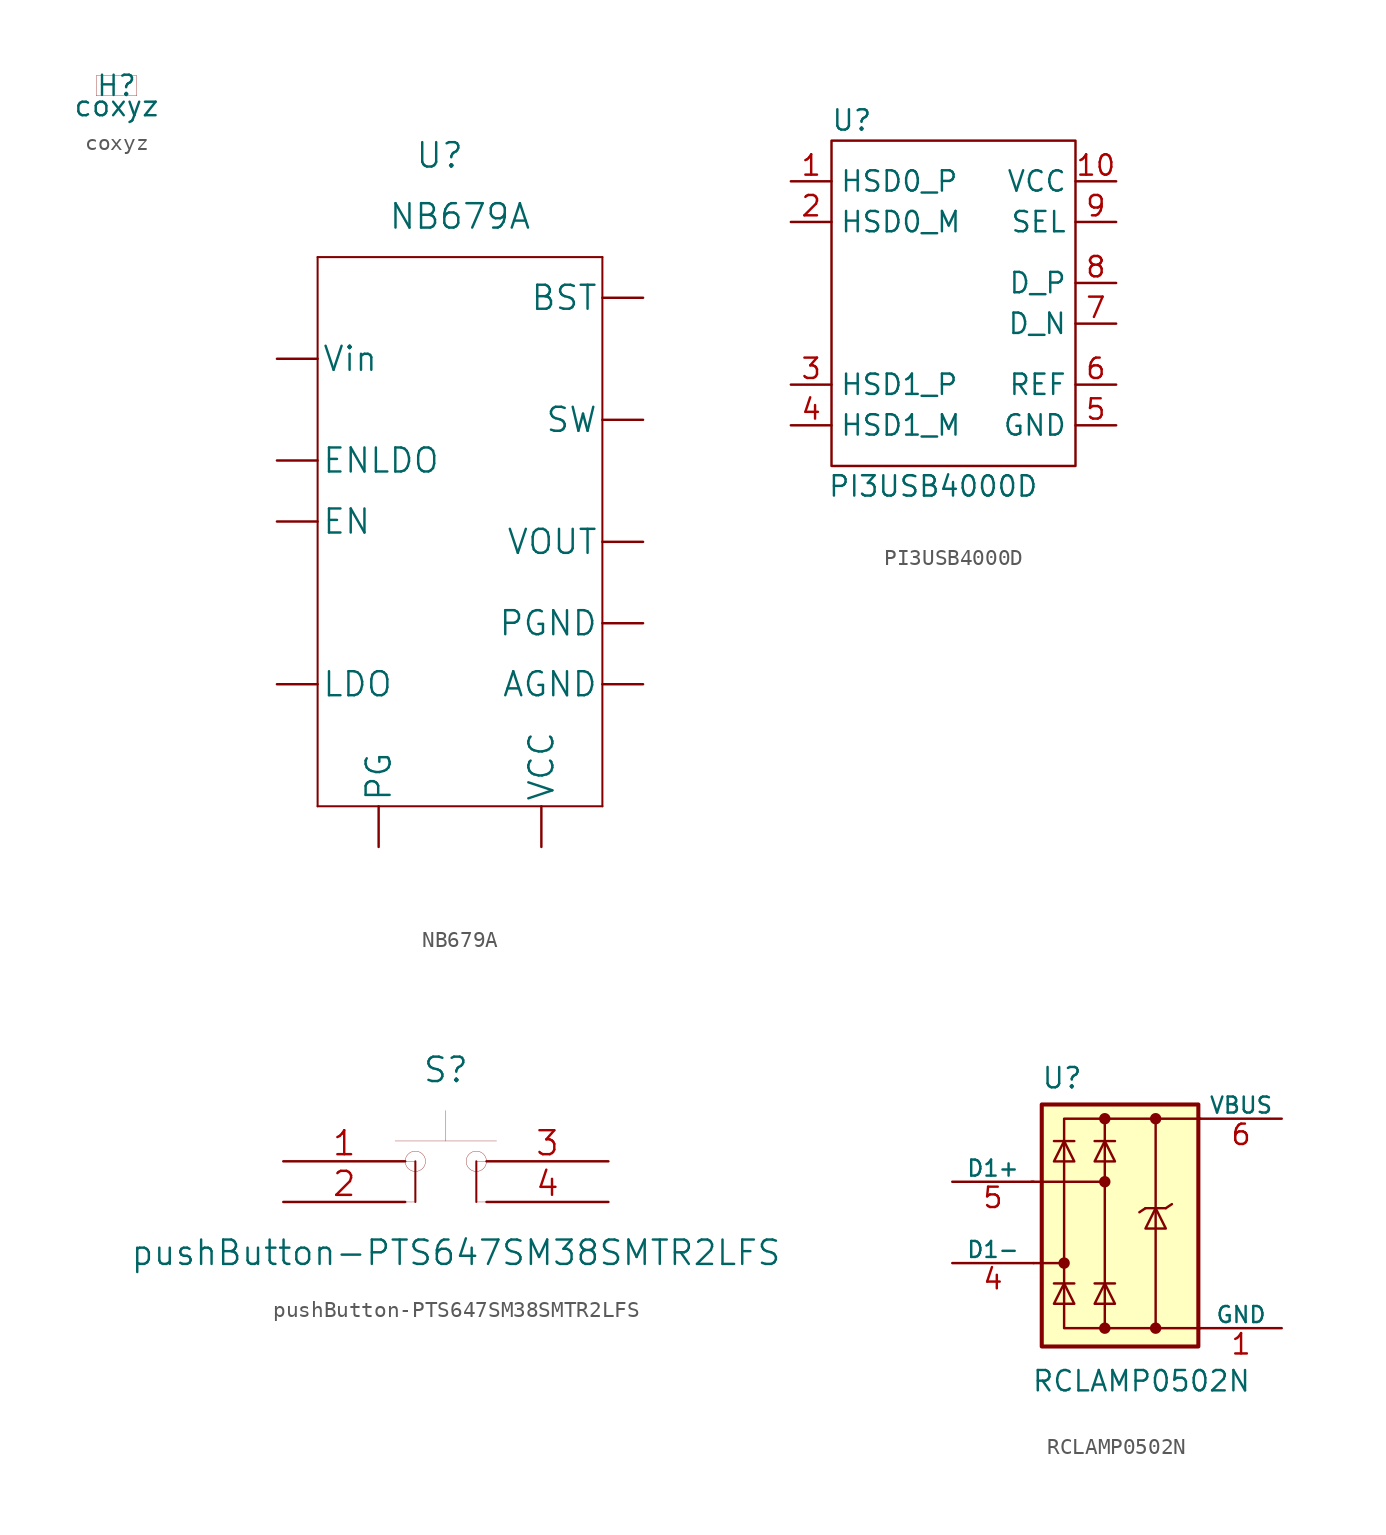
<source format=kicad_sym>
(kicad_symbol_lib
  (version 20220914)
  (generator kicad_symbol_editor)
  (symbol "coxyz"
    (pin_numbers hide)
    (pin_names
      (offset 0) hide)
    (property "Reference" "H"
      (at 0 0 0)
      (effects (font (size 1.27 1.27))))
    (property "Value" "coxyz"
      (at 0 -1.27 0)
      (effects (font (size 1.27 1.27))))
    (symbol "coxyz_0_1"
      (rectangle (start 1.27 -0.635) (end -1.27 0.635) (stroke (width 0.001) (type default)) (fill (type none)))))
  (symbol "NB679A"
    (pin_numbers hide)
    (pin_names
      (offset 0.254))
    (property "Reference" "U"
      (at 15.24 13.97 0)
      (effects (font (size 1.524 1.524))))
    (property "Value" "NB679A"
      (at 16.51 10.16 0)
      (effects (font (size 1.524 1.524))))
    (symbol "NB679A_1_1"
      (polyline (pts (xy 7.62 -26.67) (xy 25.4 -26.67)) (stroke (width 0.127) (type default)) (fill (type none)))
      (polyline (pts (xy 7.62 7.62) (xy 7.62 -26.67)) (stroke (width 0.127) (type default)) (fill (type none)))
      (polyline (pts (xy 25.4 -26.67) (xy 25.4 7.62)) (stroke (width 0.127) (type default)) (fill (type none)))
      (polyline (pts (xy 25.4 7.62) (xy 7.62 7.62)) (stroke (width 0.127) (type default)) (fill (type none)))
      (pin power_in line (at 5.08 1.27 0) (length 2.54) (name "Vin" (effects (font (size 1.499 1.499)))) (number "1" (effects (font (size 1.499 1.499)))))
      (pin power_in line (at 27.94 -19.05 180) (length 2.54) (name "AGND" (effects (font (size 1.499 1.499)))) (number "10" (effects (font (size 1.499 1.499)))))
      (pin input line (at 5.08 -8.89 0) (length 2.54) (name "EN" (effects (font (size 1.499 1.499)))) (number "11" (effects (font (size 1.499 1.499)))))
      (pin input line (at 5.08 -5.08 0) (length 2.54) (name "ENLDO" (effects (font (size 1.499 1.499)))) (number "12" (effects (font (size 1.499 1.499)))))
      (pin power_in line (at 27.94 -15.24 180) (length 2.54) (name "PGND" (effects (font (size 1.499 1.499)))) (number "2" (effects (font (size 1.499 1.499)))))
      (pin passive line (at 11.43 -29.21 90) (length 2.54) (name "PG" (effects (font (size 1.499 1.499)))) (number "3" (effects (font (size 1.499 1.499)))))
      (pin no_connect line (at 5.08 -15.24 0) (length 2.54) hide (name "NC" (effects (font (size 1.499 1.499)))) (number "4" (effects (font (size 1.499 1.499)))))
      (pin input line (at 27.94 -10.16 180) (length 2.54) (name "VOUT" (effects (font (size 1.499 1.499)))) (number "5" (effects (font (size 1.499 1.499)))))
      (pin passive line (at 5.08 -19.05 0) (length 2.54) (name "LDO" (effects (font (size 1.499 1.499)))) (number "6" (effects (font (size 1.499 1.499)))))
      (pin passive line (at 27.94 -2.54 180) (length 2.54) (name "SW" (effects (font (size 1.499 1.499)))) (number "7" (effects (font (size 1.499 1.499)))))
      (pin passive line (at 27.94 5.08 180) (length 2.54) (name "BST" (effects (font (size 1.499 1.499)))) (number "8" (effects (font (size 1.499 1.499)))))
      (pin power_in line (at 21.59 -29.21 90) (length 2.54) (name "VCC" (effects (font (size 1.499 1.499)))) (number "9" (effects (font (size 1.499 1.499)))))))
  (symbol "PI3USB4000D"
    (property "Reference" "U"
      (at -7.62 20.32 0)
      (effects (font (size 1.27 1.27))))
    (property "Value" "PI3USB4000D"
      (at -2.54 -2.54 0)
      (effects (font (size 1.27 1.27))))
    (symbol "PI3USB4000D_0_0"
      (pin bidirectional line (at -11.43 16.51 0) (length 2.54) (name "HSD0_P" (effects (font (size 1.27 1.27)))) (number "1" (effects (font (size 1.27 1.27)))))
      (pin power_in line (at 8.89 16.51 180) (length 2.54) (name "VCC" (effects (font (size 1.27 1.27)))) (number "10" (effects (font (size 1.27 1.27)))))
      (pin bidirectional line (at -11.43 13.97 0) (length 2.54) (name "HSD0_M" (effects (font (size 1.27 1.27)))) (number "2" (effects (font (size 1.27 1.27)))))
      (pin bidirectional line (at -11.43 3.81 0) (length 2.54) (name "HSD1_P" (effects (font (size 1.27 1.27)))) (number "3" (effects (font (size 1.27 1.27)))))
      (pin bidirectional line (at -11.43 1.27 0) (length 2.54) (name "HSD1_M" (effects (font (size 1.27 1.27)))) (number "4" (effects (font (size 1.27 1.27)))))
      (pin power_in line (at 8.89 1.27 180) (length 2.54) (name "GND" (effects (font (size 1.27 1.27)))) (number "5" (effects (font (size 1.27 1.27)))))
      (pin input line (at 8.89 3.81 180) (length 2.54) (name "REF" (effects (font (size 1.27 1.27)))) (number "6" (effects (font (size 1.27 1.27)))))
      (pin bidirectional line (at 8.89 7.62 180) (length 2.54) (name "D_N" (effects (font (size 1.27 1.27)))) (number "7" (effects (font (size 1.27 1.27)))))
      (pin bidirectional line (at 8.89 10.16 180) (length 2.54) (name "D_P" (effects (font (size 1.27 1.27)))) (number "8" (effects (font (size 1.27 1.27)))))
      (pin input line (at 8.89 13.97 180) (length 2.54) (name "SEL" (effects (font (size 1.27 1.27)))) (number "9" (effects (font (size 1.27 1.27))))))
    (symbol "PI3USB4000D_0_1"
      (rectangle (start -8.89 19.05) (end 6.35 -1.27) (stroke (width 0) (type default)) (fill (type none)))))
  (symbol "pushButton-PTS647SM38SMTR2LFS"
    (pin_names
      (offset 0.02) hide)
    (property "Reference" "S"
      (at 0 5.715 0)
      (effects (font (size 1.524 1.524))))
    (property "Value" "pushButton-PTS647SM38SMTR2LFS"
      (at 0.635 -5.715 0)
      (effects (font (size 1.524 1.524))))
    (symbol "pushButton-PTS647SM38SMTR2LFS_0_1"
      (circle (center -1.905 0) (radius 0.635) (stroke (width 0.001) (type default)) (fill (type none)))
      (polyline (pts (xy -3.175 1.27) (xy 3.175 1.27)) (stroke (width 0.001) (type default)) (fill (type none)))
      (polyline (pts (xy -1.905 -2.54) (xy -2.54 -2.54)) (stroke (width 0.001) (type default)) (fill (type none)))
      (polyline (pts (xy -1.905 0) (xy -2.54 0)) (stroke (width 0.001) (type default)) (fill (type none)))
      (polyline (pts (xy 1.905 -2.54) (xy 2.54 -2.54)) (stroke (width 0.001) (type default)) (fill (type none)))
      (polyline (pts (xy 1.905 0) (xy 2.54 0)) (stroke (width 0.001) (type default)) (fill (type none)))
      (polyline (pts (xy 0 1.27) (xy 0 3.175) (xy 0 3.175)) (stroke (width 0.001) (type default)) (fill (type none)))
      (circle (center 1.905 0) (radius 0.635) (stroke (width 0.001) (type default)) (fill (type none))))
    (symbol "pushButton-PTS647SM38SMTR2LFS_1_1"
      (polyline (pts (xy -1.905 0) (xy -1.905 -2.54)) (stroke (width 0.127) (type default)) (fill (type none)))
      (polyline (pts (xy 1.905 -2.54) (xy 1.905 0)) (stroke (width 0.127) (type default)) (fill (type none)))
      (pin passive line (at -10.16 0 0) (length 7.62) (name "1" (effects (font (size 1.499 1.499)))) (number "1" (effects (font (size 1.499 1.499)))))
      (pin passive line (at -10.16 -2.54 0) (length 7.62) (name "2" (effects (font (size 1.499 1.499)))) (number "2" (effects (font (size 1.499 1.499)))))
      (pin passive line (at 10.16 0 180) (length 7.62) (name "3" (effects (font (size 1.499 1.499)))) (number "3" (effects (font (size 1.499 1.499)))))
      (pin passive line (at 10.16 -2.54 180) (length 7.62) (name "4" (effects (font (size 1.499 1.499)))) (number "4" (effects (font (size 1.499 1.499)))))))
  (symbol "RCLAMP0502N"
    (pin_names
      (offset 0))
    (property "Reference" "U"
      (at -5.842 9.017 0)
      (effects (font (size 1.27 1.27))))
    (property "Value" "RCLAMP0502N"
      (at -0.889 -9.906 0)
      (effects (font (size 1.27 1.27))))
    (symbol "RCLAMP0502N_0_0"
      (rectangle (start -5.715 6.477) (end 0 -6.604) (stroke (width 0) (type default)) (fill (type none)))
      (polyline (pts (xy -3.175 -6.604) (xy -3.175 6.477)) (stroke (width 0) (type default)) (fill (type none))))
    (symbol "RCLAMP0502N_0_1"
      (rectangle (start -7.112 7.366) (end 2.667 -7.747) (stroke (width 0.254) (type default)) (fill (type background)))
      (circle (center -5.715 -2.54) (radius 0.279) (stroke (width 0) (type default)) (fill (type outline)))
      (circle (center -3.175 -6.604) (radius 0.279) (stroke (width 0) (type default)) (fill (type outline)))
      (circle (center -3.175 2.54) (radius 0.279) (stroke (width 0) (type default)) (fill (type outline)))
      (circle (center -3.175 6.477) (radius 0.279) (stroke (width 0) (type default)) (fill (type outline)))
      (circle (center 0 -6.604) (radius 0.279) (stroke (width 0) (type default)) (fill (type outline)))
      (polyline (pts (xy -7.747 2.54) (xy -3.175 2.54)) (stroke (width 0) (type default)) (fill (type none)))
      (polyline (pts (xy -7.62 -2.54) (xy -5.715 -2.54)) (stroke (width 0) (type default)) (fill (type none)))
      (polyline (pts (xy -5.08 -3.81) (xy -6.35 -3.81)) (stroke (width 0) (type default)) (fill (type none)))
      (polyline (pts (xy -5.08 5.08) (xy -6.35 5.08)) (stroke (width 0) (type default)) (fill (type none)))
      (polyline (pts (xy -2.54 -3.81) (xy -3.81 -3.81)) (stroke (width 0) (type default)) (fill (type none)))
      (polyline (pts (xy -2.54 5.08) (xy -3.81 5.08)) (stroke (width 0) (type default)) (fill (type none)))
      (polyline (pts (xy -0.635 0.889) (xy -1.016 0.635)) (stroke (width 0) (type default)) (fill (type none)))
      (polyline (pts (xy 0 -6.604) (xy 2.794 -6.604)) (stroke (width 0.152) (type default)) (fill (type none)))
      (polyline (pts (xy 0 6.477) (xy 2.794 6.477)) (stroke (width 0.152) (type default)) (fill (type none)))
      (polyline (pts (xy 0.635 0.889) (xy -0.635 0.889)) (stroke (width 0) (type default)) (fill (type none)))
      (polyline (pts (xy 0.635 0.889) (xy 1.016 1.143)) (stroke (width 0) (type default)) (fill (type none)))
      (polyline (pts (xy -5.08 -5.08) (xy -6.35 -5.08) (xy -5.715 -3.81) (xy -5.08 -5.08)) (stroke (width 0) (type default)) (fill (type none)))
      (polyline (pts (xy -5.08 3.81) (xy -6.35 3.81) (xy -5.715 5.08) (xy -5.08 3.81)) (stroke (width 0) (type default)) (fill (type none)))
      (polyline (pts (xy -2.54 -5.08) (xy -3.81 -5.08) (xy -3.175 -3.81) (xy -2.54 -5.08)) (stroke (width 0) (type default)) (fill (type none)))
      (polyline (pts (xy -2.54 3.81) (xy -3.81 3.81) (xy -3.175 5.08) (xy -2.54 3.81)) (stroke (width 0) (type default)) (fill (type none)))
      (polyline (pts (xy 0.635 -0.381) (xy -0.635 -0.381) (xy 0 0.889) (xy 0.635 -0.381)) (stroke (width 0) (type default)) (fill (type none)))
      (circle (center 0 6.477) (radius 0.279) (stroke (width 0) (type default)) (fill (type outline))))
    (symbol "RCLAMP0502N_1_1"
      (pin power_in line (at 7.874 -6.604 180) (length 5.08) (name "GND" (effects (font (size 1 1)))) (number "1" (effects (font (size 1.27 1.27)))))
      (pin passive line (at -12.7 2.54 0) (length 5.08) hide (name "~" (effects (font (size 1.27 1.27)))) (number "2" (effects (font (size 1.27 1.27)))))
      (pin passive line (at -12.7 -2.54 0) (length 5.08) hide (name "~" (effects (font (size 1.27 1.27)))) (number "3" (effects (font (size 1.27 1.27)))))
      (pin passive line (at -12.7 -2.54 0) (length 5.08) (name "D1-" (effects (font (size 1 1)))) (number "4" (effects (font (size 1.27 1.27)))))
      (pin passive line (at -12.7 2.54 0) (length 5.08) (name "D1+" (effects (font (size 1 1)))) (number "5" (effects (font (size 1.27 1.27)))))
      (pin power_in line (at 7.874 6.477 180) (length 5.08) (name "VBUS" (effects (font (size 1 1)))) (number "6" (effects (font (size 1.27 1.27))))))))
</source>
